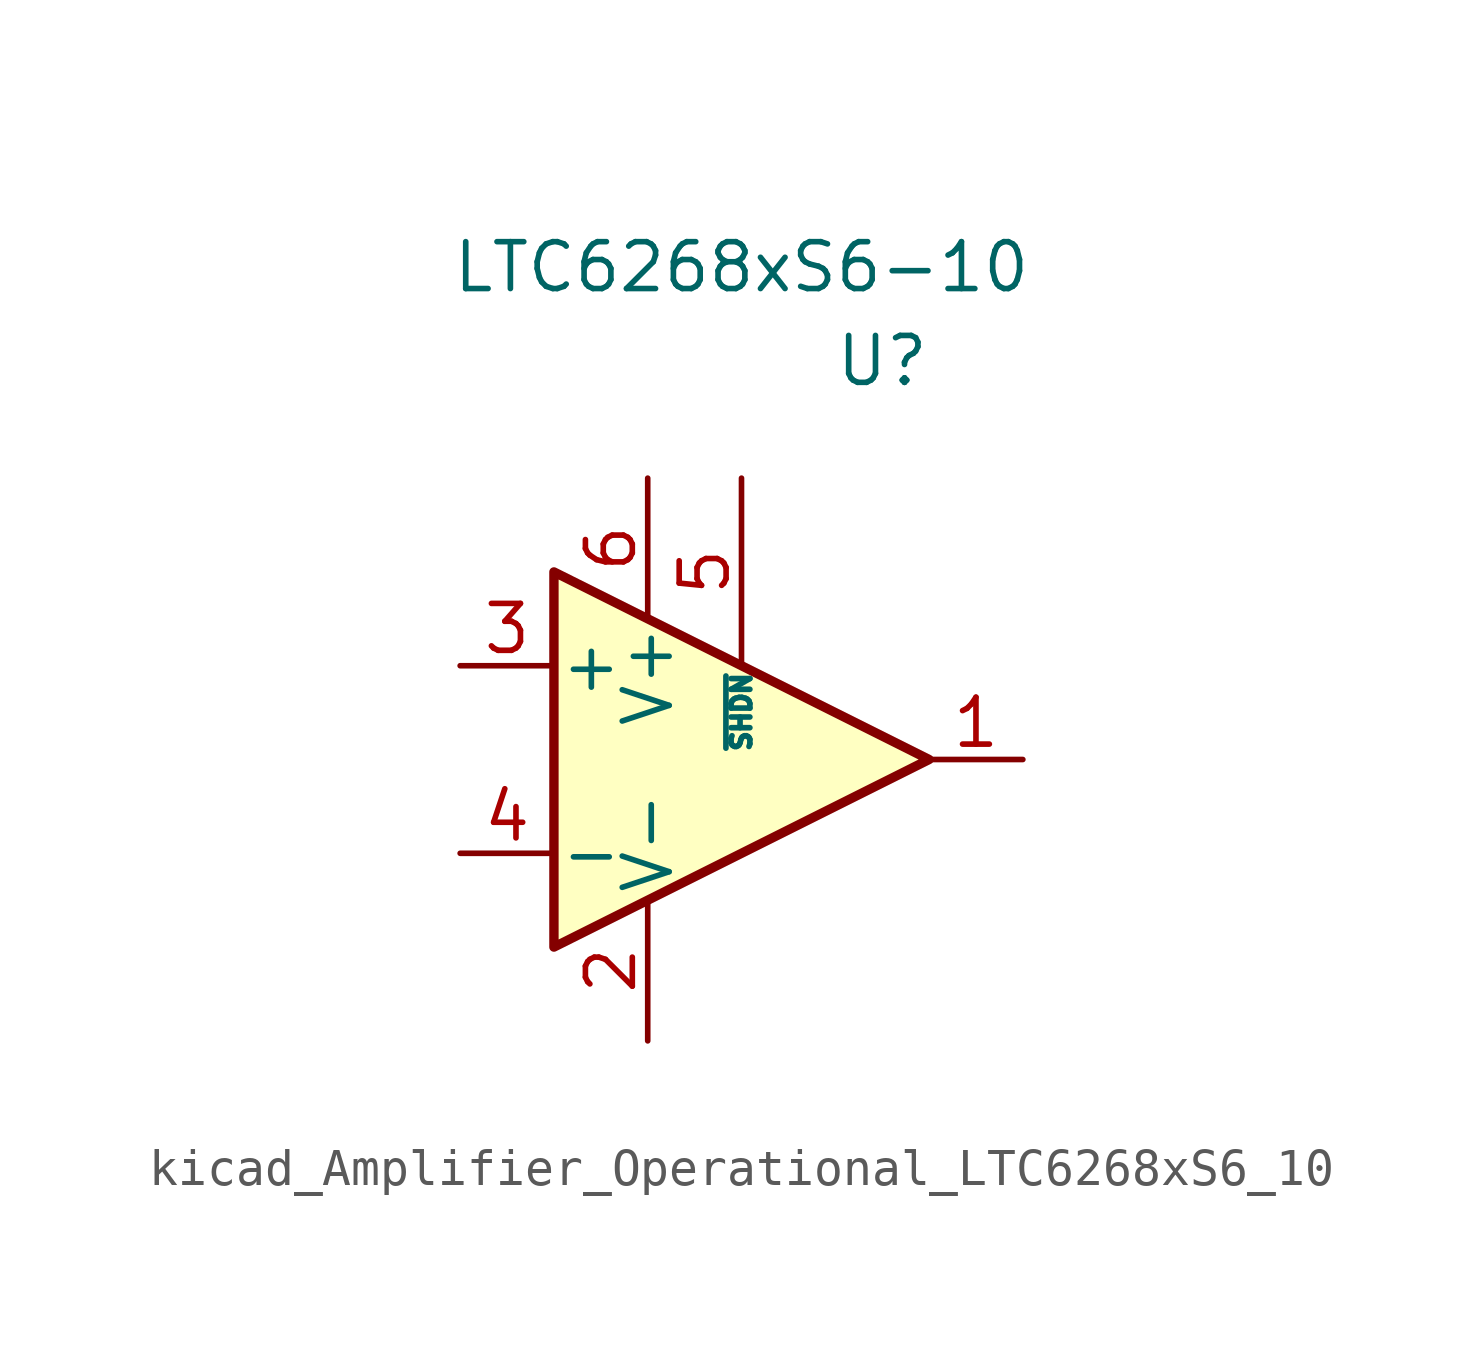
<source format=kicad_sym>
(kicad_symbol_lib
  (version 20220914)
  (generator kicad_symbol_editor)
  (symbol "kicad_Amplifier_Operational_LTC6268xS6_10"
    (pin_names
      (offset 0.127))
    (property "Reference" "U"
      (at 3.81 10.795 0)
      (effects (font (size 1.27 1.27))))
    (property "Value" "LTC6268xS6-10"
      (at 0 13.335 0)
      (effects (font (size 1.27 1.27))))
    (symbol "kicad_Amplifier_Operational_LTC6268xS6_10_1_1"
      (polyline (pts (xy -5.08 5.08) (xy -5.08 -5.08) (xy 5.08 0) (xy -5.08 5.08)) (stroke (width 0.254) (type default)) (fill (type background)))
      (pin output line (at 7.62 0 180) (length 2.54) (name "~" (effects (font (size 1.27 1.27)))) (number "1" (effects (font (size 1.27 1.27)))))
      (pin power_in line (at -2.54 -7.62 90) (length 3.81) (name "V-" (effects (font (size 1.27 1.27)))) (number "2" (effects (font (size 1.27 1.27)))))
      (pin input line (at -7.62 2.54 0) (length 2.54) (name "+" (effects (font (size 1.27 1.27)))) (number "3" (effects (font (size 1.27 1.27)))))
      (pin input line (at -7.62 -2.54 0) (length 2.54) (name "-" (effects (font (size 1.27 1.27)))) (number "4" (effects (font (size 1.27 1.27)))))
      (pin input line (at 0 7.62 270) (length 5.08) (name "~{SHDN}" (effects (font (size 0.508 0.508)))) (number "5" (effects (font (size 1.27 1.27)))))
      (pin power_in line (at -2.54 7.62 270) (length 3.81) (name "V+" (effects (font (size 1.27 1.27)))) (number "6" (effects (font (size 1.27 1.27))))))))
</source>
